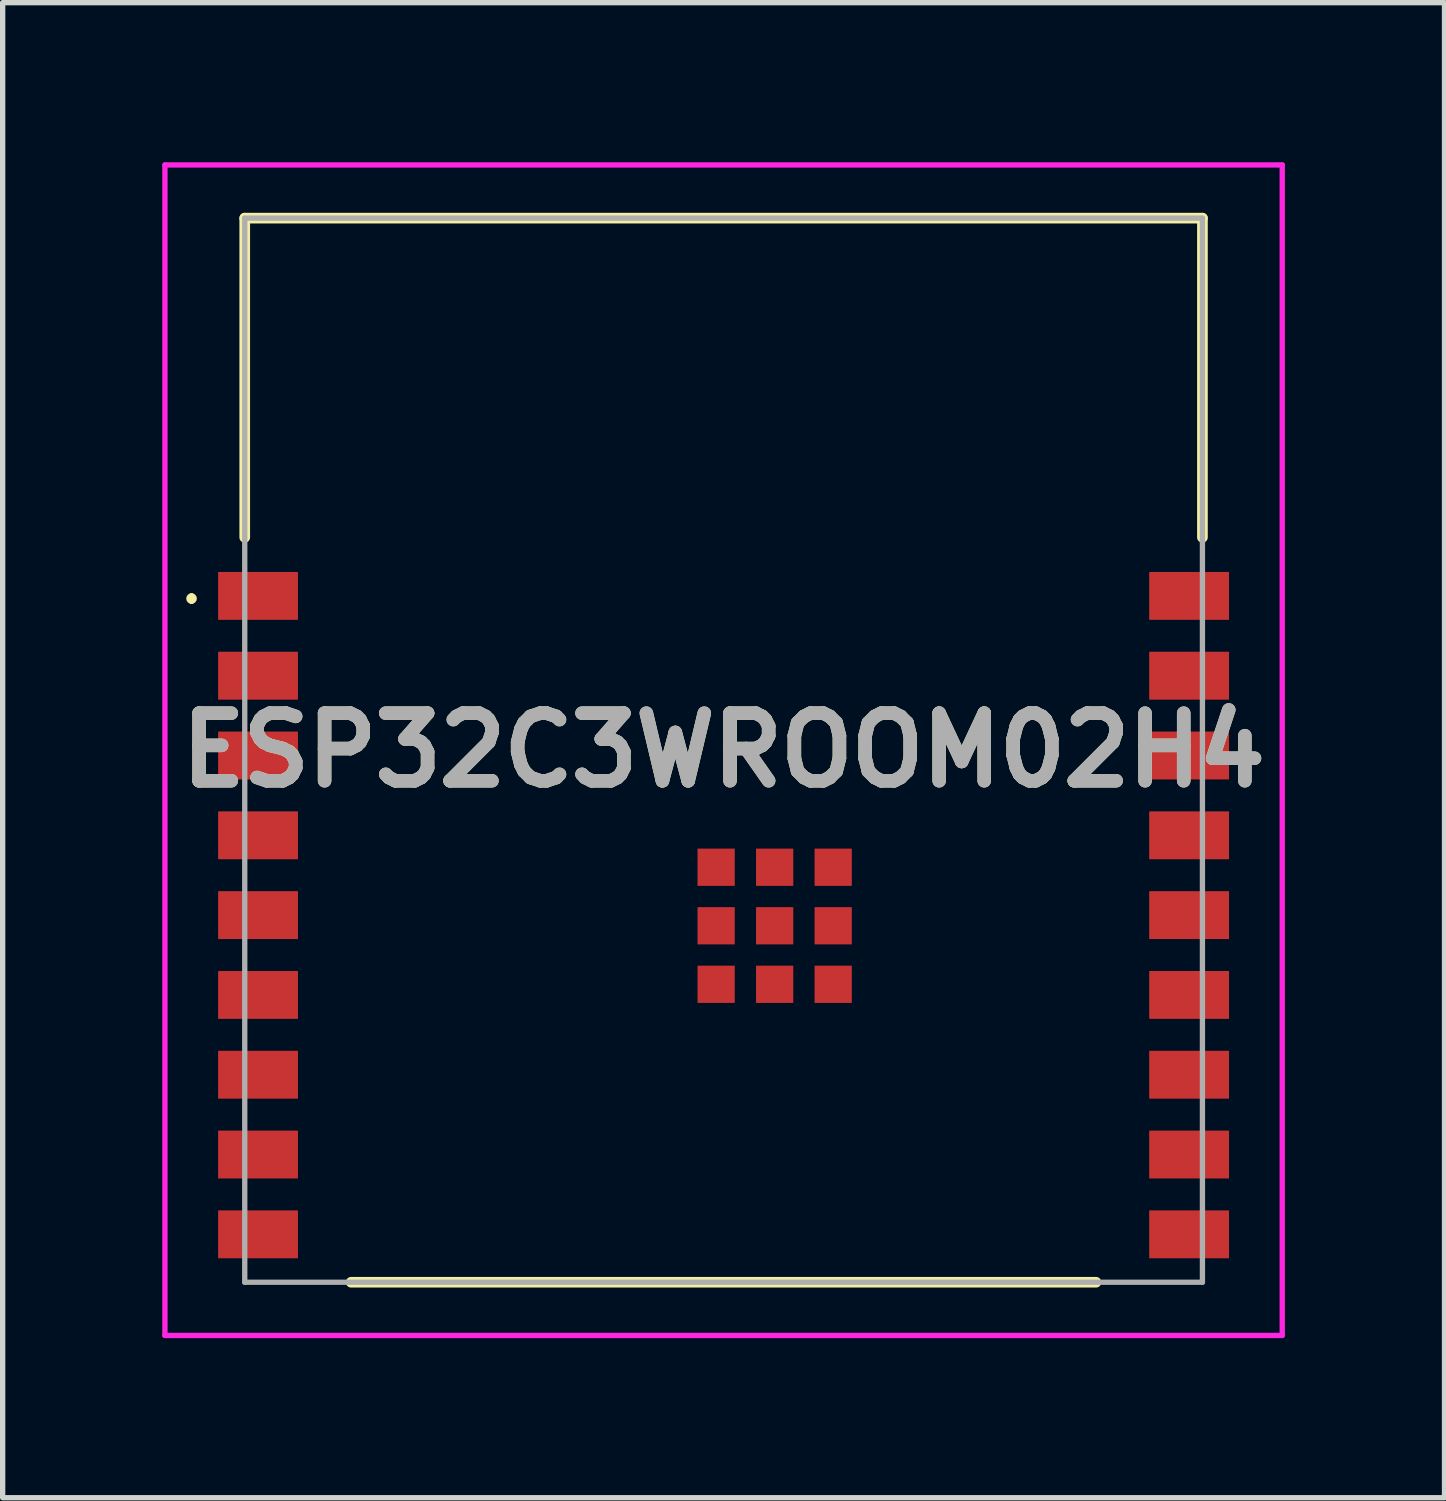
<source format=kicad_pcb>
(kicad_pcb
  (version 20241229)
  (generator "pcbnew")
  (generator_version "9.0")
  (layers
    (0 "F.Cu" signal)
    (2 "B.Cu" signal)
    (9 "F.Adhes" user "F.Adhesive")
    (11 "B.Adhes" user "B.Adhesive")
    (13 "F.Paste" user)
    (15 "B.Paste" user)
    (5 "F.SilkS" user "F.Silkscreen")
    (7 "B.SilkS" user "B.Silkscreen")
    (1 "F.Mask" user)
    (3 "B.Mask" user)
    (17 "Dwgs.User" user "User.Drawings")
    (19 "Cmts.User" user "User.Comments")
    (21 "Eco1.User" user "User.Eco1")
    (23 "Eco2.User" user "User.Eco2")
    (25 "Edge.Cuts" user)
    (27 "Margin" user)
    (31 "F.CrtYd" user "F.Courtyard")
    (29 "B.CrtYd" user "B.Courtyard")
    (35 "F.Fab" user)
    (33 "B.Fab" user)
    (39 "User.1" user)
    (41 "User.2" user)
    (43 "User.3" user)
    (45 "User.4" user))
  (footprint "ESP32C3WROOM02H4"
    (layer "F.Cu")
    (at 1.05 21.05)
    (property "Reference" "ESP32C3WROOM02H4" (at 9.5 -10 0) (layer "F.SilkS") (effects (font (size 1.27 1.27) (thickness 0.254))))
    (attr smd)
    (fp_line (start -0.5 -12.9) (end -0.5 -12.9) (stroke (width 0.1) (type solid)) (layer "F.SilkS"))
    (fp_line (start -0.5 -12.8) (end -0.5 -12.8) (stroke (width 0.1) (type solid)) (layer "F.SilkS"))
    (fp_line (start 0.5 -20) (end 18.5 -20) (stroke (width 0.2) (type solid)) (layer "F.SilkS"))
    (fp_line (start 0.5 -14) (end 0.5 -20) (stroke (width 0.2) (type solid)) (layer "F.SilkS"))
    (fp_line (start 2.5 0) (end 16.5 0) (stroke (width 0.2) (type solid)) (layer "F.SilkS"))
    (fp_line (start 18.5 -20) (end 18.5 -14) (stroke (width 0.2) (type solid)) (layer "F.SilkS"))
    (fp_arc (start -0.5 -12.9) (mid -0.45 -12.85) (end -0.5 -12.8) (stroke (width 0.1) (type solid)) (layer "F.SilkS"))
    (fp_arc (start -0.5 -12.8) (mid -0.55 -12.85) (end -0.5 -12.9) (stroke (width 0.1) (type solid)) (layer "F.SilkS"))
    (fp_line (start -1 -21) (end 20 -21) (stroke (width 0.1) (type solid)) (layer "F.CrtYd"))
    (fp_line (start -1 1) (end -1 -21) (stroke (width 0.1) (type solid)) (layer "F.CrtYd"))
    (fp_line (start 20 -21) (end 20 1) (stroke (width 0.1) (type solid)) (layer "F.CrtYd"))
    (fp_line (start 20 1) (end -1 1) (stroke (width 0.1) (type solid)) (layer "F.CrtYd"))
    (fp_line (start 0.5 -20) (end 0.5 0) (stroke (width 0.1) (type solid)) (layer "F.Fab"))
    (fp_line (start 0.5 0) (end 18.5 0) (stroke (width 0.1) (type solid)) (layer "F.Fab"))
    (fp_line (start 18.5 -20) (end 0.5 -20) (stroke (width 0.1) (type solid)) (layer "F.Fab"))
    (fp_line (start 18.5 0) (end 18.5 -20) (stroke (width 0.1) (type solid)) (layer "F.Fab"))
    (fp_text user "${REFERENCE}" (at 9.5 -10 0) (layer "F.Fab") (effects (font (size 1.27 1.27) (thickness 0.254))))
    (pad "1" smd rect (at 0.75 -12.9 90) (size 0.9 1.5) (layers "F.Cu" "F.Mask" "F.Paste"))
    (pad "2" smd rect (at 0.75 -11.4 90) (size 0.9 1.5) (layers "F.Cu" "F.Mask" "F.Paste"))
    (pad "3" smd rect (at 0.75 -9.9 90) (size 0.9 1.5) (layers "F.Cu" "F.Mask" "F.Paste"))
    (pad "4" smd rect (at 0.75 -8.4 90) (size 0.9 1.5) (layers "F.Cu" "F.Mask" "F.Paste"))
    (pad "5" smd rect (at 0.75 -6.9 90) (size 0.9 1.5) (layers "F.Cu" "F.Mask" "F.Paste"))
    (pad "6" smd rect (at 0.75 -5.4 90) (size 0.9 1.5) (layers "F.Cu" "F.Mask" "F.Paste"))
    (pad "7" smd rect (at 0.75 -3.9 90) (size 0.9 1.5) (layers "F.Cu" "F.Mask" "F.Paste"))
    (pad "8" smd rect (at 0.75 -2.4 90) (size 0.9 1.5) (layers "F.Cu" "F.Mask" "F.Paste"))
    (pad "9" smd rect (at 0.75 -0.9 90) (size 0.9 1.5) (layers "F.Cu" "F.Mask" "F.Paste"))
    (pad "10" smd rect (at 18.25 -0.9 90) (size 0.9 1.5) (layers "F.Cu" "F.Mask" "F.Paste"))
    (pad "11" smd rect (at 18.25 -2.4 90) (size 0.9 1.5) (layers "F.Cu" "F.Mask" "F.Paste"))
    (pad "12" smd rect (at 18.25 -3.9 90) (size 0.9 1.5) (layers "F.Cu" "F.Mask" "F.Paste"))
    (pad "13" smd rect (at 18.25 -5.4 90) (size 0.9 1.5) (layers "F.Cu" "F.Mask" "F.Paste"))
    (pad "14" smd rect (at 18.25 -6.9 90) (size 0.9 1.5) (layers "F.Cu" "F.Mask" "F.Paste"))
    (pad "15" smd rect (at 18.25 -8.4 90) (size 0.9 1.5) (layers "F.Cu" "F.Mask" "F.Paste"))
    (pad "16" smd rect (at 18.25 -9.9 90) (size 0.9 1.5) (layers "F.Cu" "F.Mask" "F.Paste"))
    (pad "17" smd rect (at 18.25 -11.4 90) (size 0.9 1.5) (layers "F.Cu" "F.Mask" "F.Paste"))
    (pad "18" smd rect (at 18.25 -12.9 90) (size 0.9 1.5) (layers "F.Cu" "F.Mask" "F.Paste"))
    (pad "19" smd rect (at 10.46 -6.7 90) (size 0.7 0.7) (layers "F.Cu" "F.Mask" "F.Paste"))
    (pad "20" smd rect (at 11.56 -6.7 90) (size 0.7 0.7) (layers "F.Cu" "F.Mask" "F.Paste"))
    (pad "21" smd rect (at 11.56 -7.8 90) (size 0.7 0.7) (layers "F.Cu" "F.Mask" "F.Paste"))
    (pad "22" smd rect (at 10.46 -7.8 90) (size 0.7 0.7) (layers "F.Cu" "F.Mask" "F.Paste"))
    (pad "23" smd rect (at 9.36 -7.8 90) (size 0.7 0.7) (layers "F.Cu" "F.Mask" "F.Paste"))
    (pad "24" smd rect (at 9.36 -6.7 90) (size 0.7 0.7) (layers "F.Cu" "F.Mask" "F.Paste"))
    (pad "25" smd rect (at 9.36 -5.6 90) (size 0.7 0.7) (layers "F.Cu" "F.Mask" "F.Paste"))
    (pad "26" smd rect (at 10.46 -5.6 90) (size 0.7 0.7) (layers "F.Cu" "F.Mask" "F.Paste"))
    (pad "27" smd rect (at 11.56 -5.6 90) (size 0.7 0.7) (layers "F.Cu" "F.Mask" "F.Paste")))
  (gr_rect
    (start -3 -3)
    (end 24.1 25.1)
    (stroke (width 0.1) (type default))
    (fill no)
    (layer "Edge.Cuts")))
</source>
